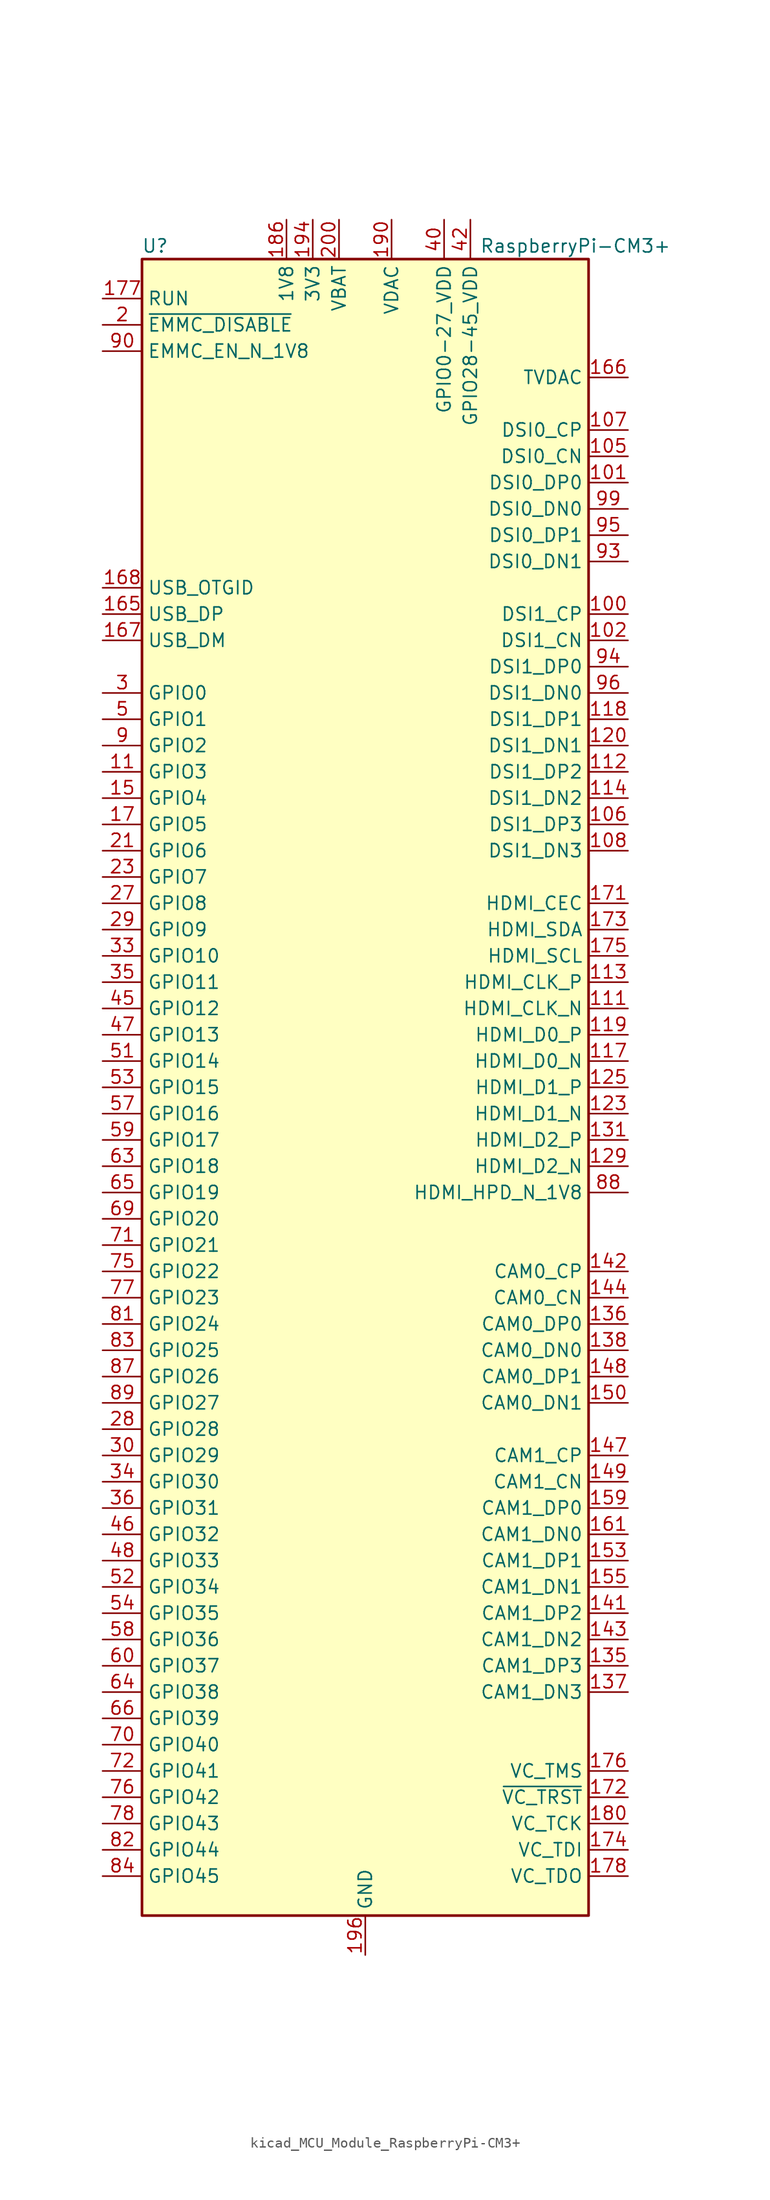
<source format=kicad_sym>
(kicad_symbol_lib
  (version 20220914)
  (generator kicad_symbol_editor)
  (symbol "kicad_MCU_Module_RaspberryPi-CM3+"
    (property "Reference" "U"
      (at -20.32 81.28 0)
      (effects (font (size 1.27 1.27))))
    (property "Value" "RaspberryPi-CM3+"
      (at 20.32 81.28 0)
      (effects (font (size 1.27 1.27))))
    (symbol "kicad_MCU_Module_RaspberryPi-CM3+_0_1"
      (rectangle (start -21.59 80.01) (end 21.59 -80.01) (stroke (width 0.254) (type default)) (fill (type background))))
    (symbol "kicad_MCU_Module_RaspberryPi-CM3+_1_1"
      (pin passive line (at 0 -83.82 90) (length 3.81) hide (name "GND" (effects (font (size 1.27 1.27)))) (number "1" (effects (font (size 1.27 1.27)))))
      (pin no_connect line (at -20.32 66.04 0) (length 2.54) hide (name "NC" (effects (font (size 1.27 1.27)))) (number "10" (effects (font (size 1.27 1.27)))))
      (pin output line (at 25.4 45.72 180) (length 3.81) (name "DSI1_CP" (effects (font (size 1.27 1.27)))) (number "100" (effects (font (size 1.27 1.27)))))
      (pin output line (at 25.4 58.42 180) (length 3.81) (name "DSI0_DP0" (effects (font (size 1.27 1.27)))) (number "101" (effects (font (size 1.27 1.27)))))
      (pin output line (at 25.4 43.18 180) (length 3.81) (name "DSI1_CN" (effects (font (size 1.27 1.27)))) (number "102" (effects (font (size 1.27 1.27)))))
      (pin passive line (at 0 -83.82 90) (length 3.81) hide (name "GND" (effects (font (size 1.27 1.27)))) (number "103" (effects (font (size 1.27 1.27)))))
      (pin passive line (at 0 -83.82 90) (length 3.81) hide (name "GND" (effects (font (size 1.27 1.27)))) (number "104" (effects (font (size 1.27 1.27)))))
      (pin output line (at 25.4 60.96 180) (length 3.81) (name "DSI0_CN" (effects (font (size 1.27 1.27)))) (number "105" (effects (font (size 1.27 1.27)))))
      (pin output line (at 25.4 25.4 180) (length 3.81) (name "DSI1_DP3" (effects (font (size 1.27 1.27)))) (number "106" (effects (font (size 1.27 1.27)))))
      (pin output line (at 25.4 63.5 180) (length 3.81) (name "DSI0_CP" (effects (font (size 1.27 1.27)))) (number "107" (effects (font (size 1.27 1.27)))))
      (pin output line (at 25.4 22.86 180) (length 3.81) (name "DSI1_DN3" (effects (font (size 1.27 1.27)))) (number "108" (effects (font (size 1.27 1.27)))))
      (pin passive line (at 0 -83.82 90) (length 3.81) hide (name "GND" (effects (font (size 1.27 1.27)))) (number "109" (effects (font (size 1.27 1.27)))))
      (pin bidirectional line (at -25.4 30.48 0) (length 3.81) (name "GPIO3" (effects (font (size 1.27 1.27)))) (number "11" (effects (font (size 1.27 1.27)))))
      (pin passive line (at 0 -83.82 90) (length 3.81) hide (name "GND" (effects (font (size 1.27 1.27)))) (number "110" (effects (font (size 1.27 1.27)))))
      (pin output line (at 25.4 7.62 180) (length 3.81) (name "HDMI_CLK_N" (effects (font (size 1.27 1.27)))) (number "111" (effects (font (size 1.27 1.27)))))
      (pin output line (at 25.4 30.48 180) (length 3.81) (name "DSI1_DP2" (effects (font (size 1.27 1.27)))) (number "112" (effects (font (size 1.27 1.27)))))
      (pin output line (at 25.4 10.16 180) (length 3.81) (name "HDMI_CLK_P" (effects (font (size 1.27 1.27)))) (number "113" (effects (font (size 1.27 1.27)))))
      (pin output line (at 25.4 27.94 180) (length 3.81) (name "DSI1_DN2" (effects (font (size 1.27 1.27)))) (number "114" (effects (font (size 1.27 1.27)))))
      (pin passive line (at 0 -83.82 90) (length 3.81) hide (name "GND" (effects (font (size 1.27 1.27)))) (number "115" (effects (font (size 1.27 1.27)))))
      (pin passive line (at 0 -83.82 90) (length 3.81) hide (name "GND" (effects (font (size 1.27 1.27)))) (number "116" (effects (font (size 1.27 1.27)))))
      (pin output line (at 25.4 2.54 180) (length 3.81) (name "HDMI_D0_N" (effects (font (size 1.27 1.27)))) (number "117" (effects (font (size 1.27 1.27)))))
      (pin output line (at 25.4 35.56 180) (length 3.81) (name "DSI1_DP1" (effects (font (size 1.27 1.27)))) (number "118" (effects (font (size 1.27 1.27)))))
      (pin output line (at 25.4 5.08 180) (length 3.81) (name "HDMI_D0_P" (effects (font (size 1.27 1.27)))) (number "119" (effects (font (size 1.27 1.27)))))
      (pin no_connect line (at -20.32 63.5 0) (length 2.54) hide (name "NC" (effects (font (size 1.27 1.27)))) (number "12" (effects (font (size 1.27 1.27)))))
      (pin output line (at 25.4 33.02 180) (length 3.81) (name "DSI1_DN1" (effects (font (size 1.27 1.27)))) (number "120" (effects (font (size 1.27 1.27)))))
      (pin passive line (at 0 -83.82 90) (length 3.81) hide (name "GND" (effects (font (size 1.27 1.27)))) (number "121" (effects (font (size 1.27 1.27)))))
      (pin passive line (at 0 -83.82 90) (length 3.81) hide (name "GND" (effects (font (size 1.27 1.27)))) (number "122" (effects (font (size 1.27 1.27)))))
      (pin output line (at 25.4 -2.54 180) (length 3.81) (name "HDMI_D1_N" (effects (font (size 1.27 1.27)))) (number "123" (effects (font (size 1.27 1.27)))))
      (pin no_connect line (at 20.32 76.2 180) (length 2.54) hide (name "NC" (effects (font (size 1.27 1.27)))) (number "124" (effects (font (size 1.27 1.27)))))
      (pin output line (at 25.4 0 180) (length 3.81) (name "HDMI_D1_P" (effects (font (size 1.27 1.27)))) (number "125" (effects (font (size 1.27 1.27)))))
      (pin no_connect line (at 20.32 73.66 180) (length 2.54) hide (name "NC" (effects (font (size 1.27 1.27)))) (number "126" (effects (font (size 1.27 1.27)))))
      (pin passive line (at 0 -83.82 90) (length 3.81) hide (name "GND" (effects (font (size 1.27 1.27)))) (number "127" (effects (font (size 1.27 1.27)))))
      (pin no_connect line (at 20.32 71.12 180) (length 2.54) hide (name "NC" (effects (font (size 1.27 1.27)))) (number "128" (effects (font (size 1.27 1.27)))))
      (pin output line (at 25.4 -7.62 180) (length 3.81) (name "HDMI_D2_N" (effects (font (size 1.27 1.27)))) (number "129" (effects (font (size 1.27 1.27)))))
      (pin passive line (at 0 -83.82 90) (length 3.81) hide (name "GND" (effects (font (size 1.27 1.27)))) (number "13" (effects (font (size 1.27 1.27)))))
      (pin no_connect line (at 20.32 66.04 180) (length 2.54) hide (name "NC" (effects (font (size 1.27 1.27)))) (number "130" (effects (font (size 1.27 1.27)))))
      (pin output line (at 25.4 -5.08 180) (length 3.81) (name "HDMI_D2_P" (effects (font (size 1.27 1.27)))) (number "131" (effects (font (size 1.27 1.27)))))
      (pin no_connect line (at 20.32 48.26 180) (length 2.54) hide (name "NC" (effects (font (size 1.27 1.27)))) (number "132" (effects (font (size 1.27 1.27)))))
      (pin passive line (at 0 -83.82 90) (length 3.81) hide (name "GND" (effects (font (size 1.27 1.27)))) (number "133" (effects (font (size 1.27 1.27)))))
      (pin passive line (at 0 -83.82 90) (length 3.81) hide (name "GND" (effects (font (size 1.27 1.27)))) (number "134" (effects (font (size 1.27 1.27)))))
      (pin input line (at 25.4 -55.88 180) (length 3.81) (name "CAM1_DP3" (effects (font (size 1.27 1.27)))) (number "135" (effects (font (size 1.27 1.27)))))
      (pin input line (at 25.4 -22.86 180) (length 3.81) (name "CAM0_DP0" (effects (font (size 1.27 1.27)))) (number "136" (effects (font (size 1.27 1.27)))))
      (pin input line (at 25.4 -58.42 180) (length 3.81) (name "CAM1_DN3" (effects (font (size 1.27 1.27)))) (number "137" (effects (font (size 1.27 1.27)))))
      (pin input line (at 25.4 -25.4 180) (length 3.81) (name "CAM0_DN0" (effects (font (size 1.27 1.27)))) (number "138" (effects (font (size 1.27 1.27)))))
      (pin passive line (at 0 -83.82 90) (length 3.81) hide (name "GND" (effects (font (size 1.27 1.27)))) (number "139" (effects (font (size 1.27 1.27)))))
      (pin passive line (at 0 -83.82 90) (length 3.81) hide (name "GND" (effects (font (size 1.27 1.27)))) (number "14" (effects (font (size 1.27 1.27)))))
      (pin passive line (at 0 -83.82 90) (length 3.81) hide (name "GND" (effects (font (size 1.27 1.27)))) (number "140" (effects (font (size 1.27 1.27)))))
      (pin input line (at 25.4 -50.8 180) (length 3.81) (name "CAM1_DP2" (effects (font (size 1.27 1.27)))) (number "141" (effects (font (size 1.27 1.27)))))
      (pin input line (at 25.4 -17.78 180) (length 3.81) (name "CAM0_CP" (effects (font (size 1.27 1.27)))) (number "142" (effects (font (size 1.27 1.27)))))
      (pin input line (at 25.4 -53.34 180) (length 3.81) (name "CAM1_DN2" (effects (font (size 1.27 1.27)))) (number "143" (effects (font (size 1.27 1.27)))))
      (pin input line (at 25.4 -20.32 180) (length 3.81) (name "CAM0_CN" (effects (font (size 1.27 1.27)))) (number "144" (effects (font (size 1.27 1.27)))))
      (pin passive line (at 0 -83.82 90) (length 3.81) hide (name "GND" (effects (font (size 1.27 1.27)))) (number "145" (effects (font (size 1.27 1.27)))))
      (pin passive line (at 0 -83.82 90) (length 3.81) hide (name "GND" (effects (font (size 1.27 1.27)))) (number "146" (effects (font (size 1.27 1.27)))))
      (pin input line (at 25.4 -35.56 180) (length 3.81) (name "CAM1_CP" (effects (font (size 1.27 1.27)))) (number "147" (effects (font (size 1.27 1.27)))))
      (pin input line (at 25.4 -27.94 180) (length 3.81) (name "CAM0_DP1" (effects (font (size 1.27 1.27)))) (number "148" (effects (font (size 1.27 1.27)))))
      (pin input line (at 25.4 -38.1 180) (length 3.81) (name "CAM1_CN" (effects (font (size 1.27 1.27)))) (number "149" (effects (font (size 1.27 1.27)))))
      (pin bidirectional line (at -25.4 27.94 0) (length 3.81) (name "GPIO4" (effects (font (size 1.27 1.27)))) (number "15" (effects (font (size 1.27 1.27)))))
      (pin input line (at 25.4 -30.48 180) (length 3.81) (name "CAM0_DN1" (effects (font (size 1.27 1.27)))) (number "150" (effects (font (size 1.27 1.27)))))
      (pin passive line (at 0 -83.82 90) (length 3.81) hide (name "GND" (effects (font (size 1.27 1.27)))) (number "151" (effects (font (size 1.27 1.27)))))
      (pin passive line (at 0 -83.82 90) (length 3.81) hide (name "GND" (effects (font (size 1.27 1.27)))) (number "152" (effects (font (size 1.27 1.27)))))
      (pin input line (at 25.4 -45.72 180) (length 3.81) (name "CAM1_DP1" (effects (font (size 1.27 1.27)))) (number "153" (effects (font (size 1.27 1.27)))))
      (pin no_connect line (at 20.32 -15.24 180) (length 2.54) hide (name "NC" (effects (font (size 1.27 1.27)))) (number "154" (effects (font (size 1.27 1.27)))))
      (pin input line (at 25.4 -48.26 180) (length 3.81) (name "CAM1_DN1" (effects (font (size 1.27 1.27)))) (number "155" (effects (font (size 1.27 1.27)))))
      (pin no_connect line (at 20.32 -12.7 180) (length 2.54) hide (name "NC" (effects (font (size 1.27 1.27)))) (number "156" (effects (font (size 1.27 1.27)))))
      (pin passive line (at 0 -83.82 90) (length 3.81) hide (name "GND" (effects (font (size 1.27 1.27)))) (number "157" (effects (font (size 1.27 1.27)))))
      (pin no_connect line (at 20.32 20.32 180) (length 2.54) hide (name "NC" (effects (font (size 1.27 1.27)))) (number "158" (effects (font (size 1.27 1.27)))))
      (pin input line (at 25.4 -40.64 180) (length 3.81) (name "CAM1_DP0" (effects (font (size 1.27 1.27)))) (number "159" (effects (font (size 1.27 1.27)))))
      (pin no_connect line (at -20.32 60.96 0) (length 2.54) hide (name "NC" (effects (font (size 1.27 1.27)))) (number "16" (effects (font (size 1.27 1.27)))))
      (pin no_connect line (at 20.32 -60.96 180) (length 2.54) hide (name "NC" (effects (font (size 1.27 1.27)))) (number "160" (effects (font (size 1.27 1.27)))))
      (pin input line (at 25.4 -43.18 180) (length 3.81) (name "CAM1_DN0" (effects (font (size 1.27 1.27)))) (number "161" (effects (font (size 1.27 1.27)))))
      (pin no_connect line (at 20.32 -63.5 180) (length 2.54) hide (name "NC" (effects (font (size 1.27 1.27)))) (number "162" (effects (font (size 1.27 1.27)))))
      (pin passive line (at 0 -83.82 90) (length 3.81) hide (name "GND" (effects (font (size 1.27 1.27)))) (number "163" (effects (font (size 1.27 1.27)))))
      (pin passive line (at 0 -83.82 90) (length 3.81) hide (name "GND" (effects (font (size 1.27 1.27)))) (number "164" (effects (font (size 1.27 1.27)))))
      (pin bidirectional line (at -25.4 45.72 0) (length 3.81) (name "USB_DP" (effects (font (size 1.27 1.27)))) (number "165" (effects (font (size 1.27 1.27)))))
      (pin output line (at 25.4 68.58 180) (length 3.81) (name "TVDAC" (effects (font (size 1.27 1.27)))) (number "166" (effects (font (size 1.27 1.27)))))
      (pin bidirectional line (at -25.4 43.18 0) (length 3.81) (name "USB_DM" (effects (font (size 1.27 1.27)))) (number "167" (effects (font (size 1.27 1.27)))))
      (pin passive line (at -25.4 48.26 0) (length 3.81) (name "USB_OTGID" (effects (font (size 1.27 1.27)))) (number "168" (effects (font (size 1.27 1.27)))))
      (pin passive line (at 0 -83.82 90) (length 3.81) hide (name "GND" (effects (font (size 1.27 1.27)))) (number "169" (effects (font (size 1.27 1.27)))))
      (pin bidirectional line (at -25.4 25.4 0) (length 3.81) (name "GPIO5" (effects (font (size 1.27 1.27)))) (number "17" (effects (font (size 1.27 1.27)))))
      (pin passive line (at 0 -83.82 90) (length 3.81) hide (name "GND" (effects (font (size 1.27 1.27)))) (number "170" (effects (font (size 1.27 1.27)))))
      (pin bidirectional line (at 25.4 17.78 180) (length 3.81) (name "HDMI_CEC" (effects (font (size 1.27 1.27)))) (number "171" (effects (font (size 1.27 1.27)))))
      (pin input line (at 25.4 -68.58 180) (length 3.81) (name "~{VC_TRST}" (effects (font (size 1.27 1.27)))) (number "172" (effects (font (size 1.27 1.27)))))
      (pin bidirectional line (at 25.4 15.24 180) (length 3.81) (name "HDMI_SDA" (effects (font (size 1.27 1.27)))) (number "173" (effects (font (size 1.27 1.27)))))
      (pin input line (at 25.4 -73.66 180) (length 3.81) (name "VC_TDI" (effects (font (size 1.27 1.27)))) (number "174" (effects (font (size 1.27 1.27)))))
      (pin bidirectional line (at 25.4 12.7 180) (length 3.81) (name "HDMI_SCL" (effects (font (size 1.27 1.27)))) (number "175" (effects (font (size 1.27 1.27)))))
      (pin input line (at 25.4 -66.04 180) (length 3.81) (name "VC_TMS" (effects (font (size 1.27 1.27)))) (number "176" (effects (font (size 1.27 1.27)))))
      (pin input line (at -25.4 76.2 0) (length 3.81) (name "RUN" (effects (font (size 1.27 1.27)))) (number "177" (effects (font (size 1.27 1.27)))))
      (pin output line (at 25.4 -76.2 180) (length 3.81) (name "VC_TDO" (effects (font (size 1.27 1.27)))) (number "178" (effects (font (size 1.27 1.27)))))
      (pin no_connect line (at 0 78.74 270) (length 2.54) hide (name "VDD_CORE_(DO_NOT_CONNECT)" (effects (font (size 1.27 1.27)))) (number "179" (effects (font (size 1.27 1.27)))))
      (pin no_connect line (at -20.32 58.42 0) (length 2.54) hide (name "NC" (effects (font (size 1.27 1.27)))) (number "18" (effects (font (size 1.27 1.27)))))
      (pin input line (at 25.4 -71.12 180) (length 3.81) (name "VC_TCK" (effects (font (size 1.27 1.27)))) (number "180" (effects (font (size 1.27 1.27)))))
      (pin passive line (at 0 -83.82 90) (length 3.81) hide (name "GND" (effects (font (size 1.27 1.27)))) (number "181" (effects (font (size 1.27 1.27)))))
      (pin passive line (at 0 -83.82 90) (length 3.81) hide (name "GND" (effects (font (size 1.27 1.27)))) (number "182" (effects (font (size 1.27 1.27)))))
      (pin passive line (at -7.62 83.82 270) (length 3.81) hide (name "1V8" (effects (font (size 1.27 1.27)))) (number "183" (effects (font (size 1.27 1.27)))))
      (pin passive line (at -7.62 83.82 270) (length 3.81) hide (name "1V8" (effects (font (size 1.27 1.27)))) (number "184" (effects (font (size 1.27 1.27)))))
      (pin passive line (at -7.62 83.82 270) (length 3.81) hide (name "1V8" (effects (font (size 1.27 1.27)))) (number "185" (effects (font (size 1.27 1.27)))))
      (pin power_in line (at -7.62 83.82 270) (length 3.81) (name "1V8" (effects (font (size 1.27 1.27)))) (number "186" (effects (font (size 1.27 1.27)))))
      (pin passive line (at 0 -83.82 90) (length 3.81) hide (name "GND" (effects (font (size 1.27 1.27)))) (number "187" (effects (font (size 1.27 1.27)))))
      (pin passive line (at 0 -83.82 90) (length 3.81) hide (name "GND" (effects (font (size 1.27 1.27)))) (number "188" (effects (font (size 1.27 1.27)))))
      (pin passive line (at 2.54 83.82 270) (length 3.81) hide (name "VDAC" (effects (font (size 1.27 1.27)))) (number "189" (effects (font (size 1.27 1.27)))))
      (pin passive line (at 0 -83.82 90) (length 3.81) hide (name "GND" (effects (font (size 1.27 1.27)))) (number "19" (effects (font (size 1.27 1.27)))))
      (pin power_in line (at 2.54 83.82 270) (length 3.81) (name "VDAC" (effects (font (size 1.27 1.27)))) (number "190" (effects (font (size 1.27 1.27)))))
      (pin passive line (at -5.08 83.82 270) (length 3.81) hide (name "3V3" (effects (font (size 1.27 1.27)))) (number "191" (effects (font (size 1.27 1.27)))))
      (pin passive line (at -5.08 83.82 270) (length 3.81) hide (name "3V3" (effects (font (size 1.27 1.27)))) (number "192" (effects (font (size 1.27 1.27)))))
      (pin passive line (at -5.08 83.82 270) (length 3.81) hide (name "3V3" (effects (font (size 1.27 1.27)))) (number "193" (effects (font (size 1.27 1.27)))))
      (pin power_in line (at -5.08 83.82 270) (length 3.81) (name "3V3" (effects (font (size 1.27 1.27)))) (number "194" (effects (font (size 1.27 1.27)))))
      (pin passive line (at 0 -83.82 90) (length 3.81) hide (name "GND" (effects (font (size 1.27 1.27)))) (number "195" (effects (font (size 1.27 1.27)))))
      (pin power_out line (at 0 -83.82 90) (length 3.81) (name "GND" (effects (font (size 1.27 1.27)))) (number "196" (effects (font (size 1.27 1.27)))))
      (pin passive line (at -2.54 83.82 270) (length 3.81) hide (name "VBAT" (effects (font (size 1.27 1.27)))) (number "197" (effects (font (size 1.27 1.27)))))
      (pin passive line (at -2.54 83.82 270) (length 3.81) hide (name "VBAT" (effects (font (size 1.27 1.27)))) (number "198" (effects (font (size 1.27 1.27)))))
      (pin passive line (at -2.54 83.82 270) (length 3.81) hide (name "VBAT" (effects (font (size 1.27 1.27)))) (number "199" (effects (font (size 1.27 1.27)))))
      (pin input line (at -25.4 73.66 0) (length 3.81) (name "~{EMMC_DISABLE}" (effects (font (size 1.27 1.27)))) (number "2" (effects (font (size 1.27 1.27)))))
      (pin passive line (at 0 -83.82 90) (length 3.81) hide (name "GND" (effects (font (size 1.27 1.27)))) (number "20" (effects (font (size 1.27 1.27)))))
      (pin power_in line (at -2.54 83.82 270) (length 3.81) (name "VBAT" (effects (font (size 1.27 1.27)))) (number "200" (effects (font (size 1.27 1.27)))))
      (pin bidirectional line (at -25.4 22.86 0) (length 3.81) (name "GPIO6" (effects (font (size 1.27 1.27)))) (number "21" (effects (font (size 1.27 1.27)))))
      (pin no_connect line (at -20.32 55.88 0) (length 2.54) hide (name "NC" (effects (font (size 1.27 1.27)))) (number "22" (effects (font (size 1.27 1.27)))))
      (pin bidirectional line (at -25.4 20.32 0) (length 3.81) (name "GPIO7" (effects (font (size 1.27 1.27)))) (number "23" (effects (font (size 1.27 1.27)))))
      (pin no_connect line (at -20.32 53.34 0) (length 2.54) hide (name "NC" (effects (font (size 1.27 1.27)))) (number "24" (effects (font (size 1.27 1.27)))))
      (pin passive line (at 0 -83.82 90) (length 3.81) hide (name "GND" (effects (font (size 1.27 1.27)))) (number "25" (effects (font (size 1.27 1.27)))))
      (pin passive line (at 0 -83.82 90) (length 3.81) hide (name "GND" (effects (font (size 1.27 1.27)))) (number "26" (effects (font (size 1.27 1.27)))))
      (pin bidirectional line (at -25.4 17.78 0) (length 3.81) (name "GPIO8" (effects (font (size 1.27 1.27)))) (number "27" (effects (font (size 1.27 1.27)))))
      (pin bidirectional line (at -25.4 -33.02 0) (length 3.81) (name "GPIO28" (effects (font (size 1.27 1.27)))) (number "28" (effects (font (size 1.27 1.27)))))
      (pin bidirectional line (at -25.4 15.24 0) (length 3.81) (name "GPIO9" (effects (font (size 1.27 1.27)))) (number "29" (effects (font (size 1.27 1.27)))))
      (pin bidirectional line (at -25.4 38.1 0) (length 3.81) (name "GPIO0" (effects (font (size 1.27 1.27)))) (number "3" (effects (font (size 1.27 1.27)))))
      (pin bidirectional line (at -25.4 -35.56 0) (length 3.81) (name "GPIO29" (effects (font (size 1.27 1.27)))) (number "30" (effects (font (size 1.27 1.27)))))
      (pin passive line (at 0 -83.82 90) (length 3.81) hide (name "GND" (effects (font (size 1.27 1.27)))) (number "31" (effects (font (size 1.27 1.27)))))
      (pin passive line (at 0 -83.82 90) (length 3.81) hide (name "GND" (effects (font (size 1.27 1.27)))) (number "32" (effects (font (size 1.27 1.27)))))
      (pin bidirectional line (at -25.4 12.7 0) (length 3.81) (name "GPIO10" (effects (font (size 1.27 1.27)))) (number "33" (effects (font (size 1.27 1.27)))))
      (pin bidirectional line (at -25.4 -38.1 0) (length 3.81) (name "GPIO30" (effects (font (size 1.27 1.27)))) (number "34" (effects (font (size 1.27 1.27)))))
      (pin bidirectional line (at -25.4 10.16 0) (length 3.81) (name "GPIO11" (effects (font (size 1.27 1.27)))) (number "35" (effects (font (size 1.27 1.27)))))
      (pin bidirectional line (at -25.4 -40.64 0) (length 3.81) (name "GPIO31" (effects (font (size 1.27 1.27)))) (number "36" (effects (font (size 1.27 1.27)))))
      (pin passive line (at 0 -83.82 90) (length 3.81) hide (name "GND" (effects (font (size 1.27 1.27)))) (number "37" (effects (font (size 1.27 1.27)))))
      (pin passive line (at 0 -83.82 90) (length 3.81) hide (name "GND" (effects (font (size 1.27 1.27)))) (number "38" (effects (font (size 1.27 1.27)))))
      (pin passive line (at 7.62 83.82 270) (length 3.81) hide (name "GPIO0-27_VDD" (effects (font (size 1.27 1.27)))) (number "39" (effects (font (size 1.27 1.27)))))
      (pin no_connect line (at 5.08 78.74 270) (length 2.54) hide (name "NC" (effects (font (size 1.27 1.27)))) (number "4" (effects (font (size 1.27 1.27)))))
      (pin power_in line (at 7.62 83.82 270) (length 3.81) (name "GPIO0-27_VDD" (effects (font (size 1.27 1.27)))) (number "40" (effects (font (size 1.27 1.27)))))
      (pin passive line (at 10.16 83.82 270) (length 3.81) hide (name "GPIO28-45_VDD" (effects (font (size 1.27 1.27)))) (number "41" (effects (font (size 1.27 1.27)))))
      (pin power_in line (at 10.16 83.82 270) (length 3.81) (name "GPIO28-45_VDD" (effects (font (size 1.27 1.27)))) (number "42" (effects (font (size 1.27 1.27)))))
      (pin passive line (at 0 -83.82 90) (length 3.81) hide (name "GND" (effects (font (size 1.27 1.27)))) (number "43" (effects (font (size 1.27 1.27)))))
      (pin passive line (at 0 -83.82 90) (length 3.81) hide (name "GND" (effects (font (size 1.27 1.27)))) (number "44" (effects (font (size 1.27 1.27)))))
      (pin bidirectional line (at -25.4 7.62 0) (length 3.81) (name "GPIO12" (effects (font (size 1.27 1.27)))) (number "45" (effects (font (size 1.27 1.27)))))
      (pin bidirectional line (at -25.4 -43.18 0) (length 3.81) (name "GPIO32" (effects (font (size 1.27 1.27)))) (number "46" (effects (font (size 1.27 1.27)))))
      (pin bidirectional line (at -25.4 5.08 0) (length 3.81) (name "GPIO13" (effects (font (size 1.27 1.27)))) (number "47" (effects (font (size 1.27 1.27)))))
      (pin bidirectional line (at -25.4 -45.72 0) (length 3.81) (name "GPIO33" (effects (font (size 1.27 1.27)))) (number "48" (effects (font (size 1.27 1.27)))))
      (pin passive line (at 0 -83.82 90) (length 3.81) hide (name "GND" (effects (font (size 1.27 1.27)))) (number "49" (effects (font (size 1.27 1.27)))))
      (pin bidirectional line (at -25.4 35.56 0) (length 3.81) (name "GPIO1" (effects (font (size 1.27 1.27)))) (number "5" (effects (font (size 1.27 1.27)))))
      (pin passive line (at 0 -83.82 90) (length 3.81) hide (name "GND" (effects (font (size 1.27 1.27)))) (number "50" (effects (font (size 1.27 1.27)))))
      (pin bidirectional line (at -25.4 2.54 0) (length 3.81) (name "GPIO14" (effects (font (size 1.27 1.27)))) (number "51" (effects (font (size 1.27 1.27)))))
      (pin bidirectional line (at -25.4 -48.26 0) (length 3.81) (name "GPIO34" (effects (font (size 1.27 1.27)))) (number "52" (effects (font (size 1.27 1.27)))))
      (pin bidirectional line (at -25.4 0 0) (length 3.81) (name "GPIO15" (effects (font (size 1.27 1.27)))) (number "53" (effects (font (size 1.27 1.27)))))
      (pin bidirectional line (at -25.4 -50.8 0) (length 3.81) (name "GPIO35" (effects (font (size 1.27 1.27)))) (number "54" (effects (font (size 1.27 1.27)))))
      (pin passive line (at 0 -83.82 90) (length 3.81) hide (name "GND" (effects (font (size 1.27 1.27)))) (number "55" (effects (font (size 1.27 1.27)))))
      (pin passive line (at 0 -83.82 90) (length 3.81) hide (name "GND" (effects (font (size 1.27 1.27)))) (number "56" (effects (font (size 1.27 1.27)))))
      (pin bidirectional line (at -25.4 -2.54 0) (length 3.81) (name "GPIO16" (effects (font (size 1.27 1.27)))) (number "57" (effects (font (size 1.27 1.27)))))
      (pin bidirectional line (at -25.4 -53.34 0) (length 3.81) (name "GPIO36" (effects (font (size 1.27 1.27)))) (number "58" (effects (font (size 1.27 1.27)))))
      (pin bidirectional line (at -25.4 -5.08 0) (length 3.81) (name "GPIO17" (effects (font (size 1.27 1.27)))) (number "59" (effects (font (size 1.27 1.27)))))
      (pin no_connect line (at 12.7 78.74 270) (length 2.54) hide (name "NC" (effects (font (size 1.27 1.27)))) (number "6" (effects (font (size 1.27 1.27)))))
      (pin bidirectional line (at -25.4 -55.88 0) (length 3.81) (name "GPIO37" (effects (font (size 1.27 1.27)))) (number "60" (effects (font (size 1.27 1.27)))))
      (pin passive line (at 0 -83.82 90) (length 3.81) hide (name "GND" (effects (font (size 1.27 1.27)))) (number "61" (effects (font (size 1.27 1.27)))))
      (pin passive line (at 0 -83.82 90) (length 3.81) hide (name "GND" (effects (font (size 1.27 1.27)))) (number "62" (effects (font (size 1.27 1.27)))))
      (pin bidirectional line (at -25.4 -7.62 0) (length 3.81) (name "GPIO18" (effects (font (size 1.27 1.27)))) (number "63" (effects (font (size 1.27 1.27)))))
      (pin bidirectional line (at -25.4 -58.42 0) (length 3.81) (name "GPIO38" (effects (font (size 1.27 1.27)))) (number "64" (effects (font (size 1.27 1.27)))))
      (pin bidirectional line (at -25.4 -10.16 0) (length 3.81) (name "GPIO19" (effects (font (size 1.27 1.27)))) (number "65" (effects (font (size 1.27 1.27)))))
      (pin bidirectional line (at -25.4 -60.96 0) (length 3.81) (name "GPIO39" (effects (font (size 1.27 1.27)))) (number "66" (effects (font (size 1.27 1.27)))))
      (pin passive line (at 0 -83.82 90) (length 3.81) hide (name "GND" (effects (font (size 1.27 1.27)))) (number "67" (effects (font (size 1.27 1.27)))))
      (pin passive line (at 0 -83.82 90) (length 3.81) hide (name "GND" (effects (font (size 1.27 1.27)))) (number "68" (effects (font (size 1.27 1.27)))))
      (pin bidirectional line (at -25.4 -12.7 0) (length 3.81) (name "GPIO20" (effects (font (size 1.27 1.27)))) (number "69" (effects (font (size 1.27 1.27)))))
      (pin passive line (at 0 -83.82 90) (length 3.81) hide (name "GND" (effects (font (size 1.27 1.27)))) (number "7" (effects (font (size 1.27 1.27)))))
      (pin bidirectional line (at -25.4 -63.5 0) (length 3.81) (name "GPIO40" (effects (font (size 1.27 1.27)))) (number "70" (effects (font (size 1.27 1.27)))))
      (pin bidirectional line (at -25.4 -15.24 0) (length 3.81) (name "GPIO21" (effects (font (size 1.27 1.27)))) (number "71" (effects (font (size 1.27 1.27)))))
      (pin bidirectional line (at -25.4 -66.04 0) (length 3.81) (name "GPIO41" (effects (font (size 1.27 1.27)))) (number "72" (effects (font (size 1.27 1.27)))))
      (pin passive line (at 0 -83.82 90) (length 3.81) hide (name "GND" (effects (font (size 1.27 1.27)))) (number "73" (effects (font (size 1.27 1.27)))))
      (pin passive line (at 0 -83.82 90) (length 3.81) hide (name "GND" (effects (font (size 1.27 1.27)))) (number "74" (effects (font (size 1.27 1.27)))))
      (pin bidirectional line (at -25.4 -17.78 0) (length 3.81) (name "GPIO22" (effects (font (size 1.27 1.27)))) (number "75" (effects (font (size 1.27 1.27)))))
      (pin bidirectional line (at -25.4 -68.58 0) (length 3.81) (name "GPIO42" (effects (font (size 1.27 1.27)))) (number "76" (effects (font (size 1.27 1.27)))))
      (pin bidirectional line (at -25.4 -20.32 0) (length 3.81) (name "GPIO23" (effects (font (size 1.27 1.27)))) (number "77" (effects (font (size 1.27 1.27)))))
      (pin bidirectional line (at -25.4 -71.12 0) (length 3.81) (name "GPIO43" (effects (font (size 1.27 1.27)))) (number "78" (effects (font (size 1.27 1.27)))))
      (pin passive line (at 0 -83.82 90) (length 3.81) hide (name "GND" (effects (font (size 1.27 1.27)))) (number "79" (effects (font (size 1.27 1.27)))))
      (pin passive line (at 0 -83.82 90) (length 3.81) hide (name "GND" (effects (font (size 1.27 1.27)))) (number "8" (effects (font (size 1.27 1.27)))))
      (pin passive line (at 0 -83.82 90) (length 3.81) hide (name "GND" (effects (font (size 1.27 1.27)))) (number "80" (effects (font (size 1.27 1.27)))))
      (pin bidirectional line (at -25.4 -22.86 0) (length 3.81) (name "GPIO24" (effects (font (size 1.27 1.27)))) (number "81" (effects (font (size 1.27 1.27)))))
      (pin bidirectional line (at -25.4 -73.66 0) (length 3.81) (name "GPIO44" (effects (font (size 1.27 1.27)))) (number "82" (effects (font (size 1.27 1.27)))))
      (pin bidirectional line (at -25.4 -25.4 0) (length 3.81) (name "GPIO25" (effects (font (size 1.27 1.27)))) (number "83" (effects (font (size 1.27 1.27)))))
      (pin bidirectional line (at -25.4 -76.2 0) (length 3.81) (name "GPIO45" (effects (font (size 1.27 1.27)))) (number "84" (effects (font (size 1.27 1.27)))))
      (pin passive line (at 0 -83.82 90) (length 3.81) hide (name "GND" (effects (font (size 1.27 1.27)))) (number "85" (effects (font (size 1.27 1.27)))))
      (pin passive line (at 0 -83.82 90) (length 3.81) hide (name "GND" (effects (font (size 1.27 1.27)))) (number "86" (effects (font (size 1.27 1.27)))))
      (pin bidirectional line (at -25.4 -27.94 0) (length 3.81) (name "GPIO26" (effects (font (size 1.27 1.27)))) (number "87" (effects (font (size 1.27 1.27)))))
      (pin input line (at 25.4 -10.16 180) (length 3.81) (name "HDMI_HPD_N_1V8" (effects (font (size 1.27 1.27)))) (number "88" (effects (font (size 1.27 1.27)))))
      (pin bidirectional line (at -25.4 -30.48 0) (length 3.81) (name "GPIO27" (effects (font (size 1.27 1.27)))) (number "89" (effects (font (size 1.27 1.27)))))
      (pin bidirectional line (at -25.4 33.02 0) (length 3.81) (name "GPIO2" (effects (font (size 1.27 1.27)))) (number "9" (effects (font (size 1.27 1.27)))))
      (pin output line (at -25.4 71.12 0) (length 3.81) (name "EMMC_EN_N_1V8" (effects (font (size 1.27 1.27)))) (number "90" (effects (font (size 1.27 1.27)))))
      (pin passive line (at 0 -83.82 90) (length 3.81) hide (name "GND" (effects (font (size 1.27 1.27)))) (number "91" (effects (font (size 1.27 1.27)))))
      (pin passive line (at 0 -83.82 90) (length 3.81) hide (name "GND" (effects (font (size 1.27 1.27)))) (number "92" (effects (font (size 1.27 1.27)))))
      (pin output line (at 25.4 50.8 180) (length 3.81) (name "DSI0_DN1" (effects (font (size 1.27 1.27)))) (number "93" (effects (font (size 1.27 1.27)))))
      (pin output line (at 25.4 40.64 180) (length 3.81) (name "DSI1_DP0" (effects (font (size 1.27 1.27)))) (number "94" (effects (font (size 1.27 1.27)))))
      (pin output line (at 25.4 53.34 180) (length 3.81) (name "DSI0_DP1" (effects (font (size 1.27 1.27)))) (number "95" (effects (font (size 1.27 1.27)))))
      (pin output line (at 25.4 38.1 180) (length 3.81) (name "DSI1_DN0" (effects (font (size 1.27 1.27)))) (number "96" (effects (font (size 1.27 1.27)))))
      (pin passive line (at 0 -83.82 90) (length 3.81) hide (name "GND" (effects (font (size 1.27 1.27)))) (number "97" (effects (font (size 1.27 1.27)))))
      (pin passive line (at 0 -83.82 90) (length 3.81) hide (name "GND" (effects (font (size 1.27 1.27)))) (number "98" (effects (font (size 1.27 1.27)))))
      (pin output line (at 25.4 55.88 180) (length 3.81) (name "DSI0_DN0" (effects (font (size 1.27 1.27)))) (number "99" (effects (font (size 1.27 1.27))))))))
</source>
